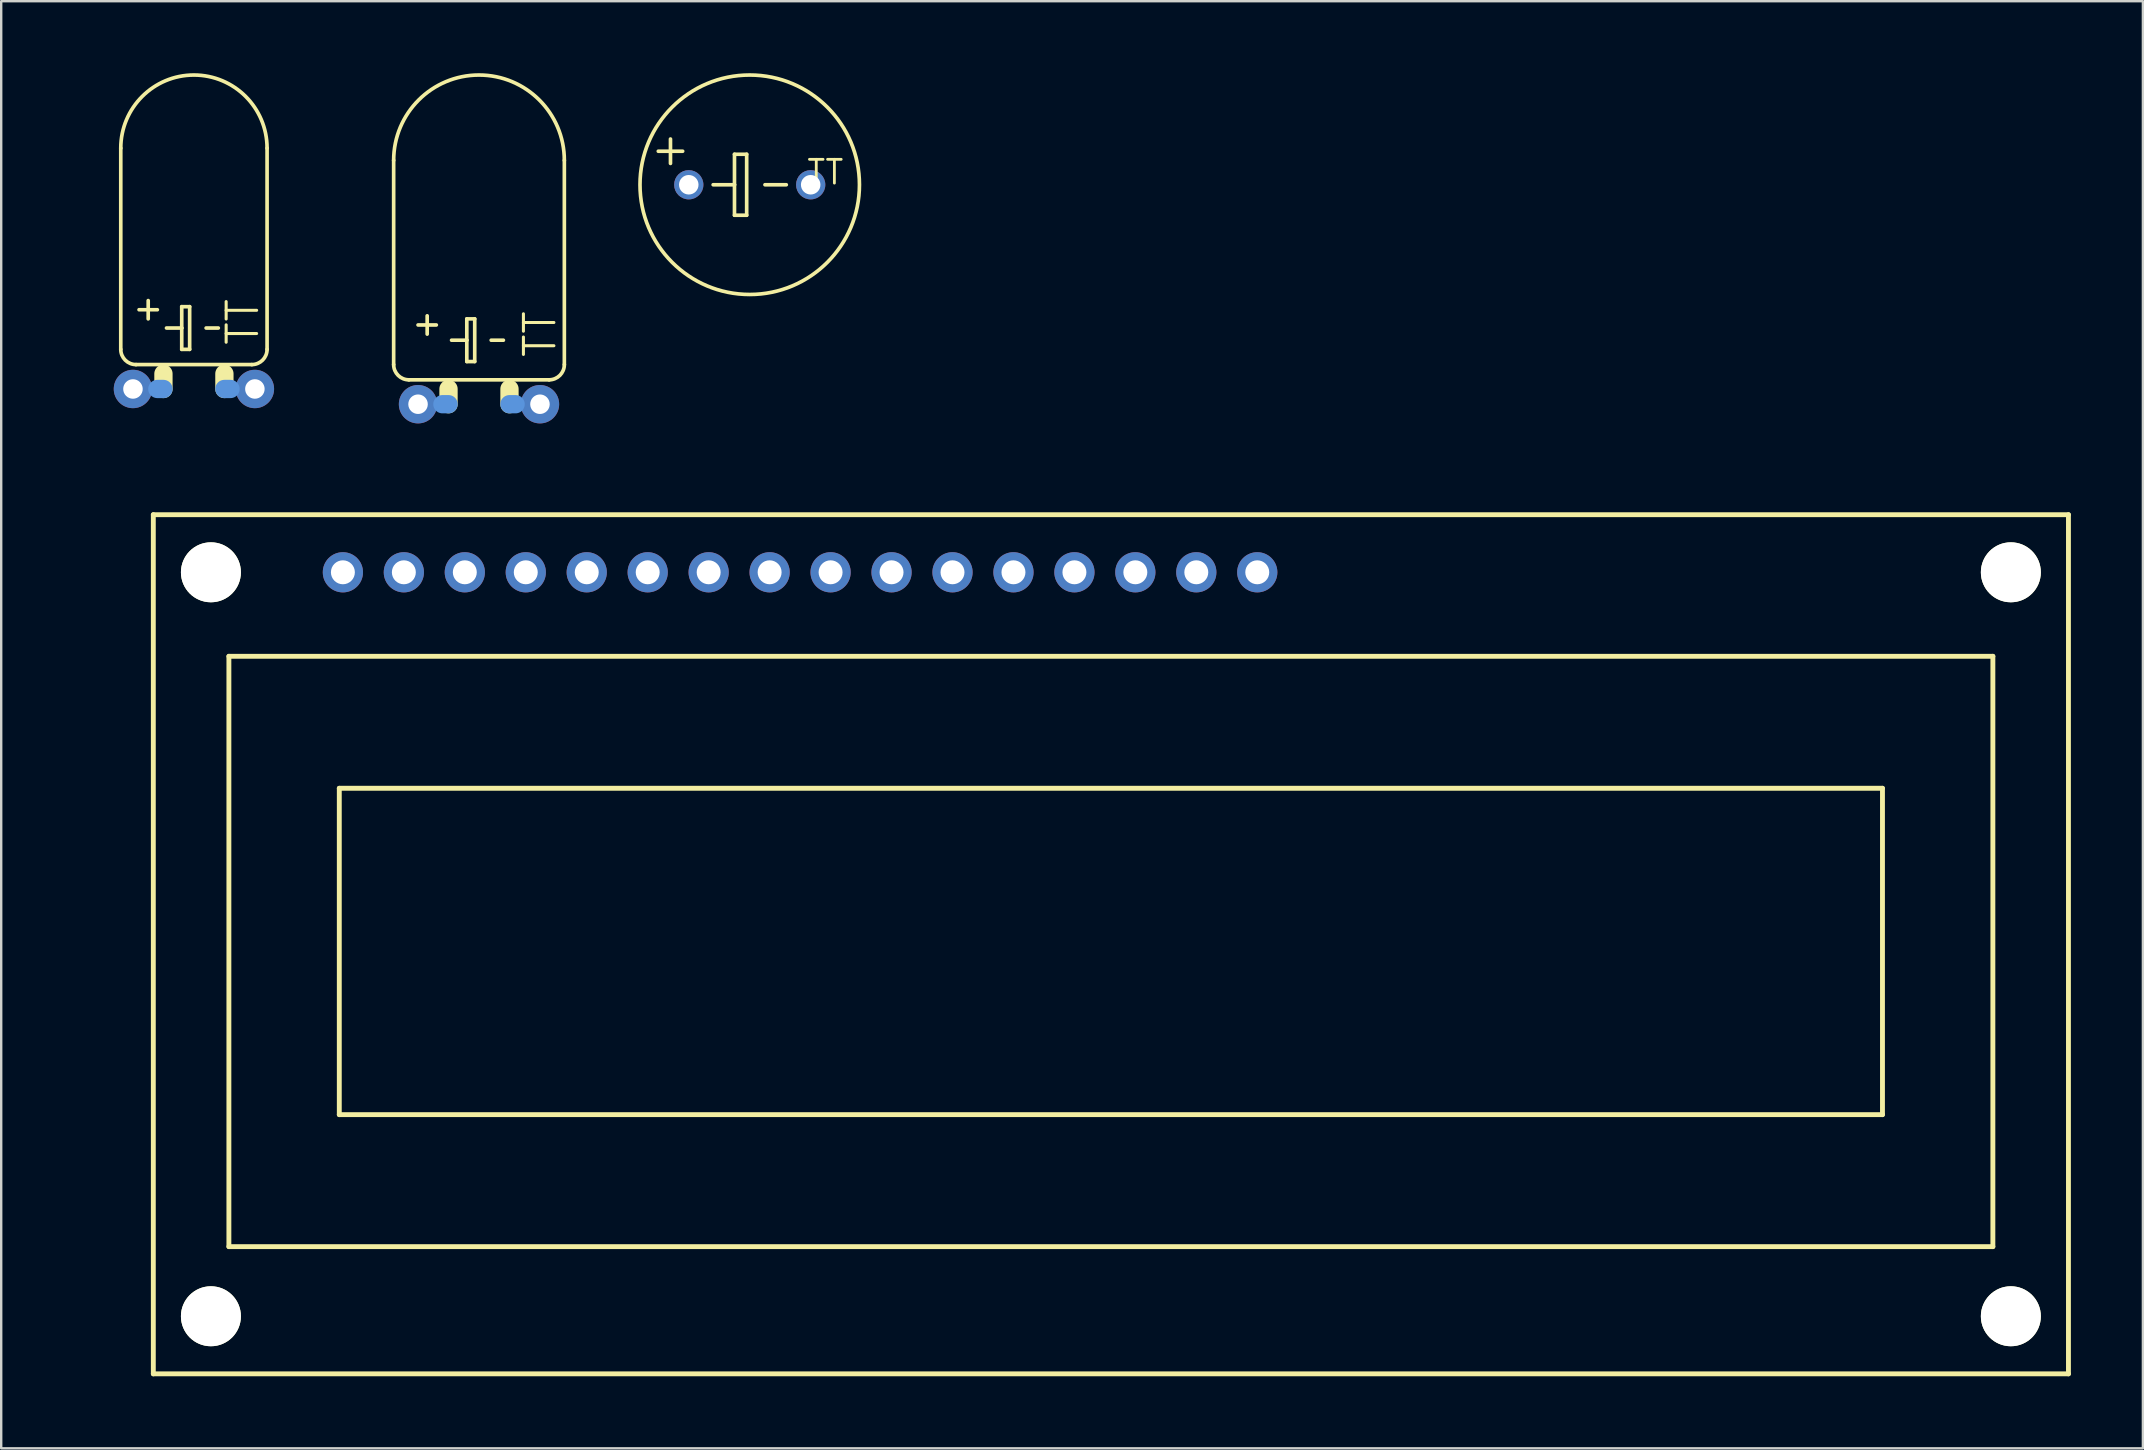
<source format=kicad_pcb>
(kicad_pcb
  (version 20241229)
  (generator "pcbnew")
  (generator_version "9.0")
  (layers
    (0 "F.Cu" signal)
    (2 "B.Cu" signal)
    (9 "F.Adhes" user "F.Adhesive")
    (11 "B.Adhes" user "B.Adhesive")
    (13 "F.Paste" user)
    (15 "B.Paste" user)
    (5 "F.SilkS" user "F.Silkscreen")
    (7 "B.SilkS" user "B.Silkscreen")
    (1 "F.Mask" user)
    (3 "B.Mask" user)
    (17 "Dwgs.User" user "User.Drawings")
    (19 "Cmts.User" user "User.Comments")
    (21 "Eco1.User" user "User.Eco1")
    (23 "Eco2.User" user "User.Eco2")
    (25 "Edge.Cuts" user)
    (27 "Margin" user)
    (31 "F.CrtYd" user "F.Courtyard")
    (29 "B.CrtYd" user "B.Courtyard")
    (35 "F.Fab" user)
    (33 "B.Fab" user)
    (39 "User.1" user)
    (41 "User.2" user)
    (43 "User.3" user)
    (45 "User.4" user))
  (footprint "TT5D9"
    (layer "F.Cu")
    (at 28.188 4.648)
    (property "Reference" "TT5D9" (at 6.35 -2.413 0) (layer "Eco1.User") (effects (font (size 1.27 1.27) (thickness 0.127))))
    (attr through_hole)
    (fp_line (start -3.302 -1.905) (end -3.302 -0.889) (stroke (width 0.152) (type solid)) (layer "F.SilkS"))
    (fp_line (start -2.794 -1.397) (end -3.81 -1.397) (stroke (width 0.152) (type solid)) (layer "F.SilkS"))
    (fp_line (start -1.524 0) (end -0.635 0) (stroke (width 0.152) (type solid)) (layer "F.SilkS"))
    (fp_line (start -0.635 -1.27) (end -0.635 0) (stroke (width 0.152) (type solid)) (layer "F.SilkS"))
    (fp_line (start -0.635 0) (end -0.635 1.27) (stroke (width 0.152) (type solid)) (layer "F.SilkS"))
    (fp_line (start -0.635 1.27) (end -0.127 1.27) (stroke (width 0.152) (type solid)) (layer "F.SilkS"))
    (fp_line (start -0.127 -1.27) (end -0.635 -1.27) (stroke (width 0.152) (type solid)) (layer "F.SilkS"))
    (fp_line (start -0.127 1.27) (end -0.127 -1.27) (stroke (width 0.152) (type solid)) (layer "F.SilkS"))
    (fp_line (start 0.635 0) (end 1.524 0) (stroke (width 0.152) (type solid)) (layer "F.SilkS"))
    (fp_circle (center 0 0) (end 4.572 0) (stroke (width 0.152) (type solid)) (fill no) (layer "F.SilkS"))
    (fp_text user "TT" (at 3.15 -0.521 0) (layer "F.SilkS") (effects (font (size 0.991 0.991) (thickness 0.117))))
    (pad "+" thru_hole oval (at -2.54 0) (size 1.219 1.219) (drill 0.813) (layers "*.Cu" "*.Mask"))
    (pad "-" thru_hole oval (at 2.54 0) (size 1.219 1.219) (drill 0.813) (layers "*.Cu" "*.Mask")))
  (footprint "TUXGR_16X2_R2"
    (layer "F.Cu")
    (at 43.236 36.294)
    (property "Reference" "TUXGR_16X2_R2" (at -35.56 -17.78 0) (layer "Eco1.User") (effects (font (size 1.27 1.27) (thickness 0.102))))
    (attr through_hole)
    (fp_line (start -39.898 -17.899) (end 39.898 -17.899) (stroke (width 0.203) (type solid)) (layer "F.SilkS"))
    (fp_line (start -39.898 17.899) (end -39.898 -17.899) (stroke (width 0.203) (type solid)) (layer "F.SilkS"))
    (fp_line (start -36.749 -11.999) (end 36.749 -11.999) (stroke (width 0.203) (type solid)) (layer "F.SilkS"))
    (fp_line (start -36.749 12.598) (end -36.749 -11.999) (stroke (width 0.203) (type solid)) (layer "F.SilkS"))
    (fp_line (start -32.149 -6.5) (end 32.149 -6.5) (stroke (width 0.203) (type solid)) (layer "F.SilkS"))
    (fp_line (start -32.149 7.099) (end -32.149 -6.5) (stroke (width 0.203) (type solid)) (layer "F.SilkS"))
    (fp_line (start 32.149 -6.5) (end 32.149 7.099) (stroke (width 0.203) (type solid)) (layer "F.SilkS"))
    (fp_line (start 32.149 7.099) (end -32.149 7.099) (stroke (width 0.203) (type solid)) (layer "F.SilkS"))
    (fp_line (start 36.749 -11.999) (end 36.749 12.598) (stroke (width 0.203) (type solid)) (layer "F.SilkS"))
    (fp_line (start 36.749 12.598) (end -36.749 12.598) (stroke (width 0.203) (type solid)) (layer "F.SilkS"))
    (fp_line (start 39.898 -17.899) (end 39.898 17.899) (stroke (width 0.203) (type solid)) (layer "F.SilkS"))
    (fp_line (start 39.898 17.899) (end -39.898 17.899) (stroke (width 0.203) (type solid)) (layer "F.SilkS"))
    (pad "" np_thru_hole circle (at -37.498 -15.499) (size 2.499 2.499) (drill 2.499) (layers "*.Cu" "*.Mask" "F.SilkS"))
    (pad "" np_thru_hole circle (at -37.498 15.499) (size 2.499 2.499) (drill 2.499) (layers "*.Cu" "*.Mask" "F.SilkS"))
    (pad "" np_thru_hole circle (at 37.498 -15.499) (size 2.499 2.499) (drill 2.499) (layers "*.Cu" "*.Mask" "F.SilkS"))
    (pad "" np_thru_hole circle (at 37.498 15.499) (size 2.499 2.499) (drill 2.499) (layers "*.Cu" "*.Mask" "F.SilkS"))
    (pad "1" thru_hole oval (at -31.999 -15.499) (size 1.676 1.676) (drill 0.998) (layers "*.Cu" "*.Mask"))
    (pad "2" thru_hole oval (at -29.459 -15.499) (size 1.676 1.676) (drill 0.998) (layers "*.Cu" "*.Mask"))
    (pad "3" thru_hole oval (at -26.919 -15.499) (size 1.676 1.676) (drill 0.998) (layers "*.Cu" "*.Mask"))
    (pad "4" thru_hole oval (at -24.379 -15.499) (size 1.676 1.676) (drill 0.998) (layers "*.Cu" "*.Mask"))
    (pad "5" thru_hole oval (at -21.839 -15.499) (size 1.676 1.676) (drill 0.998) (layers "*.Cu" "*.Mask"))
    (pad "6" thru_hole oval (at -19.299 -15.499) (size 1.676 1.676) (drill 0.998) (layers "*.Cu" "*.Mask"))
    (pad "7" thru_hole oval (at -16.759 -15.499) (size 1.676 1.676) (drill 0.998) (layers "*.Cu" "*.Mask"))
    (pad "8" thru_hole oval (at -14.219 -15.499) (size 1.676 1.676) (drill 0.998) (layers "*.Cu" "*.Mask"))
    (pad "9" thru_hole oval (at -11.679 -15.499) (size 1.676 1.676) (drill 0.998) (layers "*.Cu" "*.Mask"))
    (pad "10" thru_hole oval (at -9.139 -15.499) (size 1.676 1.676) (drill 0.998) (layers "*.Cu" "*.Mask"))
    (pad "11" thru_hole oval (at -6.599 -15.499) (size 1.676 1.676) (drill 0.998) (layers "*.Cu" "*.Mask"))
    (pad "12" thru_hole oval (at -4.059 -15.499) (size 1.676 1.676) (drill 0.998) (layers "*.Cu" "*.Mask"))
    (pad "13" thru_hole oval (at -1.519 -15.499) (size 1.676 1.676) (drill 0.998) (layers "*.Cu" "*.Mask"))
    (pad "14" thru_hole oval (at 1.019 -15.499) (size 1.676 1.676) (drill 0.998) (layers "*.Cu" "*.Mask"))
    (pad "15" thru_hole oval (at 3.559 -15.499) (size 1.676 1.676) (drill 0.998) (layers "*.Cu" "*.Mask"))
    (pad "16" thru_hole oval (at 6.099 -15.499) (size 1.676 1.676) (drill 0.998) (layers "*.Cu" "*.Mask")))
  (footprint "TT5D6L"
    (layer "F.Cu")
    (at 5.03 13.157)
    (property "Reference" "TT5D6L" (at -4.064 -4.953 90) (layer "Eco1.User") (effects (font (size 1.27 1.27) (thickness 0.127))))
    (attr through_hole)
    (fp_line (start -3.048 -10.033) (end -3.048 -1.651) (stroke (width 0.152) (type solid)) (layer "F.SilkS"))
    (fp_line (start -2.413 -1.016) (end 2.413 -1.016) (stroke (width 0.152) (type solid)) (layer "F.SilkS"))
    (fp_line (start -2.286 -3.302) (end -1.524 -3.302) (stroke (width 0.152) (type solid)) (layer "F.SilkS"))
    (fp_line (start -1.905 -2.921) (end -1.905 -3.683) (stroke (width 0.152) (type solid)) (layer "F.SilkS"))
    (fp_line (start -1.27 -0.635) (end -1.27 0) (stroke (width 0.762) (type solid)) (layer "F.SilkS"))
    (fp_line (start -1.143 -2.54) (end -0.508 -2.54) (stroke (width 0.152) (type solid)) (layer "F.SilkS"))
    (fp_line (start -0.508 -3.429) (end -0.508 -2.54) (stroke (width 0.152) (type solid)) (layer "F.SilkS"))
    (fp_line (start -0.508 -2.54) (end -0.508 -1.651) (stroke (width 0.152) (type solid)) (layer "F.SilkS"))
    (fp_line (start -0.508 -1.651) (end -0.178 -1.651) (stroke (width 0.152) (type solid)) (layer "F.SilkS"))
    (fp_line (start -0.178 -3.429) (end -0.508 -3.429) (stroke (width 0.152) (type solid)) (layer "F.SilkS"))
    (fp_line (start -0.178 -1.651) (end -0.178 -3.429) (stroke (width 0.152) (type solid)) (layer "F.SilkS"))
    (fp_line (start 0.508 -2.54) (end 1.016 -2.54) (stroke (width 0.152) (type solid)) (layer "F.SilkS"))
    (fp_line (start 1.27 -0.635) (end 1.27 0) (stroke (width 0.762) (type solid)) (layer "F.SilkS"))
    (fp_line (start 3.048 -10.033) (end 3.048 -1.651) (stroke (width 0.152) (type solid)) (layer "F.SilkS"))
    (fp_arc (start -3.048 -10.033) (mid 0 -13.081) (end 3.048 -10.033) (stroke (width 0.1524) (type solid)) (layer "F.SilkS"))
    (fp_arc (start -2.413 -1.016) (mid -2.862013 -1.201987) (end -3.048 -1.651) (stroke (width 0.1524) (type solid)) (layer "F.SilkS"))
    (fp_arc (start 3.048 -1.651) (mid 2.862013 -1.201987) (end 2.413 -1.016) (stroke (width 0.1524) (type solid)) (layer "F.SilkS"))
    (fp_line (start -1.524 0) (end -1.27 0) (stroke (width 0.762) (type solid)) (layer "Cmts.User"))
    (fp_line (start 1.524 0) (end 1.27 0) (stroke (width 0.762) (type solid)) (layer "Cmts.User"))
    (fp_text user "TT" (at 2.032 -2.794 90) (layer "F.SilkS") (effects (font (size 1.27 1.27) (thickness 0.127))))
    (pad "+" thru_hole oval (at -2.54 0) (size 1.6 1.6) (drill 0.813) (layers "*.Cu" "*.Mask"))
    (pad "-" thru_hole oval (at 2.54 0) (size 1.6 1.6) (drill 0.813) (layers "*.Cu" "*.Mask")))
  (footprint "TT5D7L"
    (layer "F.Cu")
    (at 16.908 13.792)
    (property "Reference" "TT5D7L" (at -4.572 -4.953 90) (layer "Eco1.User") (effects (font (size 1.27 1.27) (thickness 0.127))))
    (attr through_hole)
    (fp_line (start -3.556 -10.16) (end -3.556 -1.651) (stroke (width 0.152) (type solid)) (layer "F.SilkS"))
    (fp_line (start -2.921 -1.016) (end 2.921 -1.016) (stroke (width 0.152) (type solid)) (layer "F.SilkS"))
    (fp_line (start -2.54 -3.302) (end -1.778 -3.302) (stroke (width 0.152) (type solid)) (layer "F.SilkS"))
    (fp_line (start -2.159 -3.683) (end -2.159 -2.921) (stroke (width 0.152) (type solid)) (layer "F.SilkS"))
    (fp_line (start -1.27 -0.635) (end -1.27 0) (stroke (width 0.762) (type solid)) (layer "F.SilkS"))
    (fp_line (start -1.143 -2.667) (end -0.508 -2.667) (stroke (width 0.152) (type solid)) (layer "F.SilkS"))
    (fp_line (start -0.508 -3.556) (end -0.508 -2.667) (stroke (width 0.152) (type solid)) (layer "F.SilkS"))
    (fp_line (start -0.508 -2.667) (end -0.508 -1.778) (stroke (width 0.152) (type solid)) (layer "F.SilkS"))
    (fp_line (start -0.508 -1.778) (end -0.178 -1.778) (stroke (width 0.152) (type solid)) (layer "F.SilkS"))
    (fp_line (start -0.178 -3.556) (end -0.508 -3.556) (stroke (width 0.152) (type solid)) (layer "F.SilkS"))
    (fp_line (start -0.178 -1.778) (end -0.178 -3.556) (stroke (width 0.152) (type solid)) (layer "F.SilkS"))
    (fp_line (start 0.508 -2.667) (end 1.016 -2.667) (stroke (width 0.152) (type solid)) (layer "F.SilkS"))
    (fp_line (start 1.27 -0.635) (end 1.27 0) (stroke (width 0.762) (type solid)) (layer "F.SilkS"))
    (fp_line (start 3.556 -10.16) (end 3.556 -1.651) (stroke (width 0.152) (type solid)) (layer "F.SilkS"))
    (fp_arc (start -3.556 -10.16) (mid 0 -13.716) (end 3.556 -10.16) (stroke (width 0.1524) (type solid)) (layer "F.SilkS"))
    (fp_arc (start -2.921 -1.016) (mid -3.370013 -1.201987) (end -3.556 -1.651) (stroke (width 0.1524) (type solid)) (layer "F.SilkS"))
    (fp_arc (start 3.556 -1.651) (mid 3.370013 -1.201987) (end 2.921 -1.016) (stroke (width 0.1524) (type solid)) (layer "F.SilkS"))
    (fp_line (start -1.524 0) (end -1.27 0) (stroke (width 0.762) (type solid)) (layer "Cmts.User"))
    (fp_line (start 1.524 0) (end 1.27 0) (stroke (width 0.762) (type solid)) (layer "Cmts.User"))
    (fp_text user "TT" (at 2.54 -2.921 90) (layer "F.SilkS") (effects (font (size 1.27 1.27) (thickness 0.127))))
    (pad "+" thru_hole oval (at -2.54 0) (size 1.6 1.6) (drill 0.813) (layers "*.Cu" "*.Mask"))
    (pad "-" thru_hole oval (at 2.54 0) (size 1.6 1.6) (drill 0.813) (layers "*.Cu" "*.Mask")))
  (gr_rect
    (start -3 -3)
    (end 86.236 57.295)
    (stroke (width 0.1) (type default))
    (fill no)
    (layer "Edge.Cuts")))
</source>
